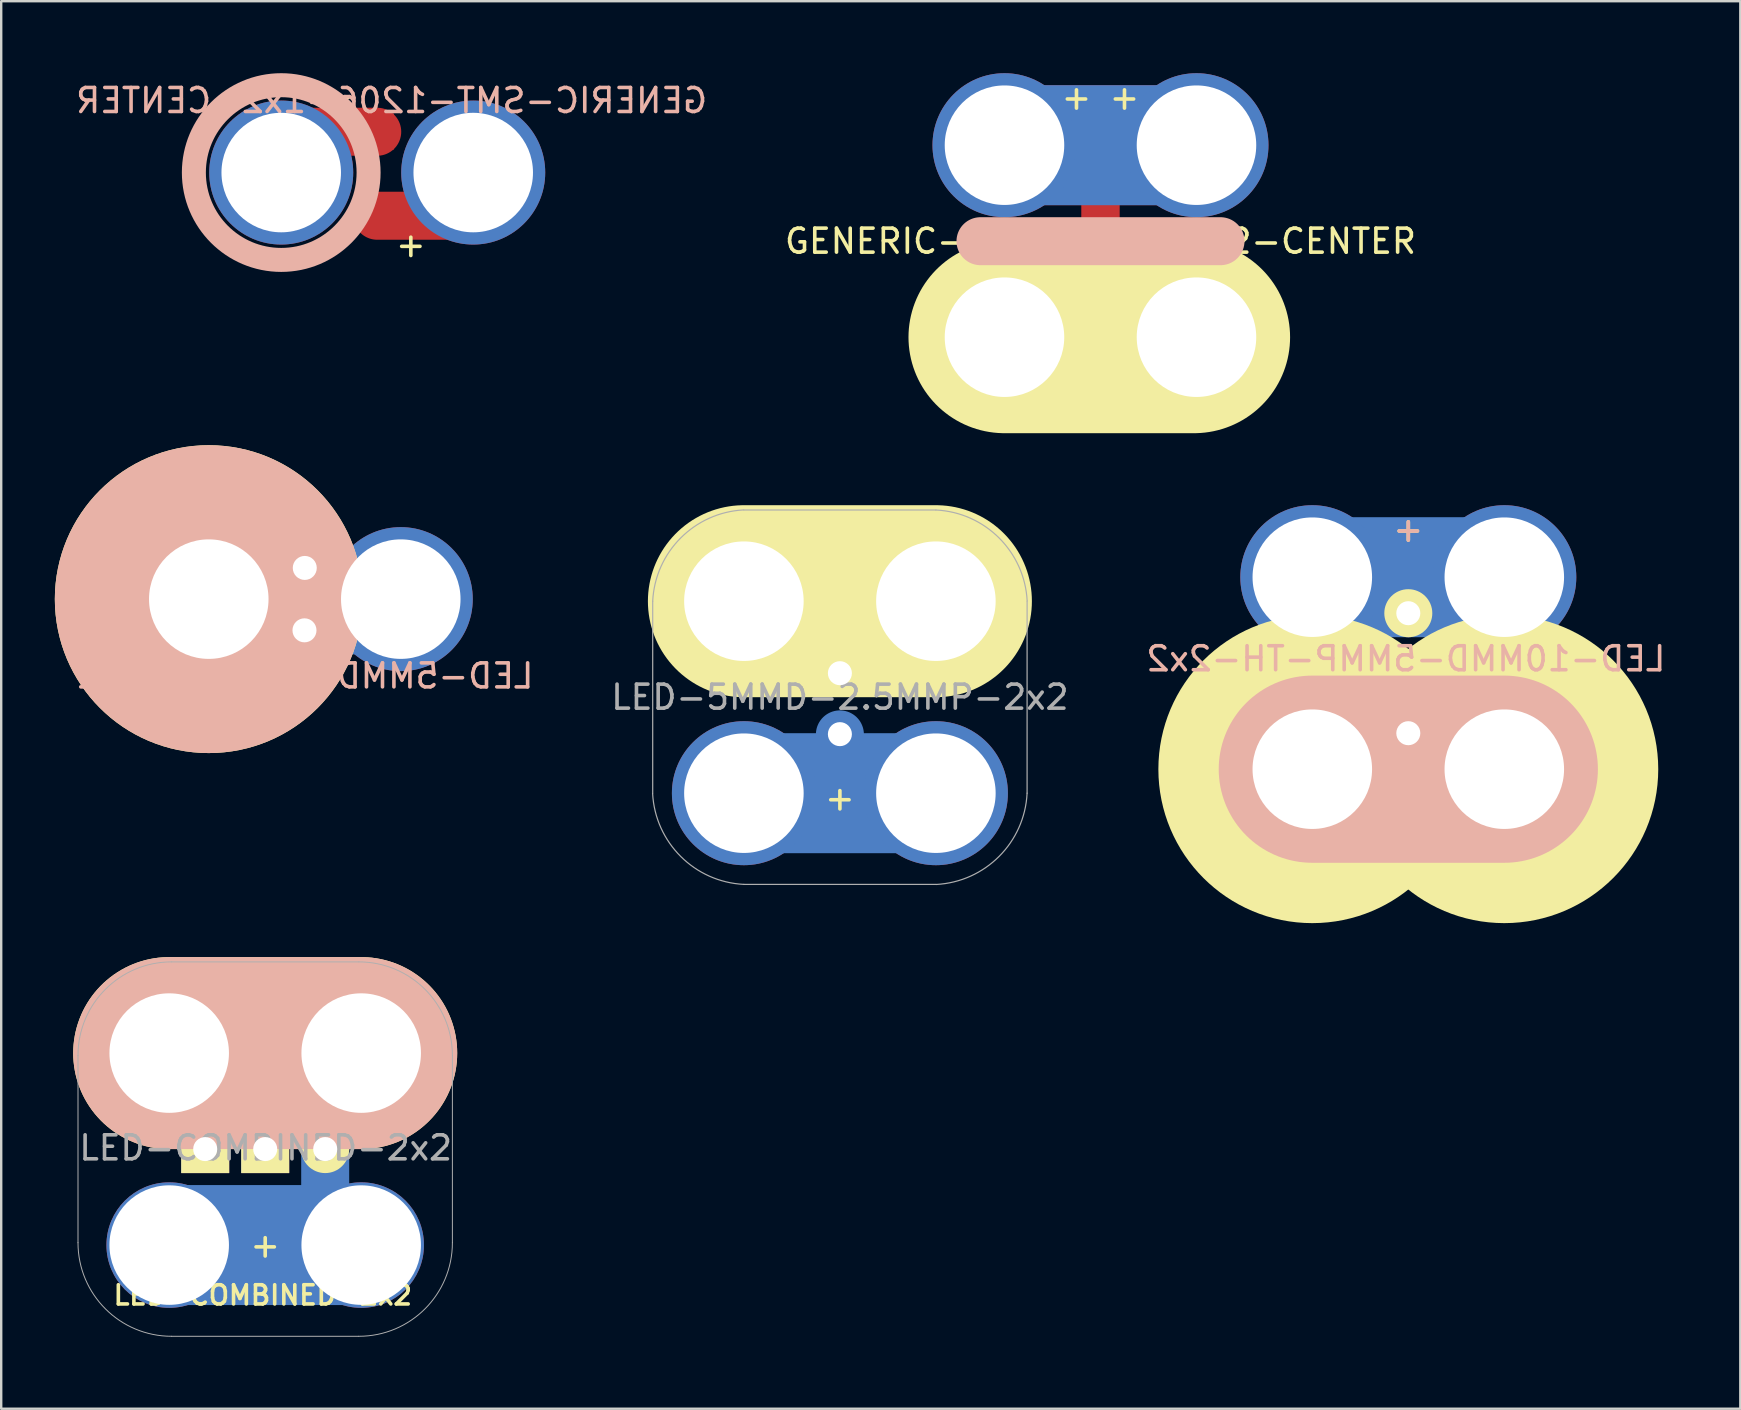
<source format=kicad_pcb>
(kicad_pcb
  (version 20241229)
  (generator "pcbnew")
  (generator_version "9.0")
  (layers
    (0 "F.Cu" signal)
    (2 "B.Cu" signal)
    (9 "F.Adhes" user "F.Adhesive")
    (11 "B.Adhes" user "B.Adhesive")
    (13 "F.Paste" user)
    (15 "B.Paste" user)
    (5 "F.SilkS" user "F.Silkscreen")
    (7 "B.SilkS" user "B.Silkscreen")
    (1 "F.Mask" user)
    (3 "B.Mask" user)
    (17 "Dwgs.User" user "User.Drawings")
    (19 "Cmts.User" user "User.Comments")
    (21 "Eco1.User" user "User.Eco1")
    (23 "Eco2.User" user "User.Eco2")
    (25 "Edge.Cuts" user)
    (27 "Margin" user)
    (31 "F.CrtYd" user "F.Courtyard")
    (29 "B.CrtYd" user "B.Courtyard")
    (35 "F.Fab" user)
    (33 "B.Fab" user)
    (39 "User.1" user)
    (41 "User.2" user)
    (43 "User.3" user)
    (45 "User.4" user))
  (footprint "LED-5MMD-2.5MMP-2x1"
    (layer "F.Cu")
    (at 9.649 21.914)
    (property "Reference" "LED-5MMD-2.5MMP-2x1" (at 0 3.2 0) (layer "B.SilkS") (effects (font (size 1 1) (thickness 0.15)) (justify mirror)))
    (attr through_hole)
    (fp_line (start -0.15 -1.3) (end -3.95 -1.3) (stroke (width 2) (type solid)) (layer "B.Cu"))
    (fp_line (start 3.9 1.3) (end 0.1 1.3) (stroke (width 2) (type solid)) (layer "B.Cu"))
    (fp_circle (center -4 0) (end -3 1) (stroke (width 5) (type solid)) (fill no) (layer "F.SilkS"))
    (fp_circle (center -4 0) (end -3 1) (stroke (width 5) (type solid)) (fill no) (layer "B.SilkS"))
    (fp_text user "+" (at 0 3.1 0) (layer "F.SilkS") (effects (font (size 1 1) (thickness 0.15))))
    (fp_text user "-" (at 0 -3 0) (layer "B.SilkS") (effects (font (size 1 1) (thickness 0.15)) (justify mirror)))
    (pad "+" thru_hole circle (at -0.012 1.3 270) (size 1.9 1.9) (drill 1.001) (layers "*.Cu" "*.Mask"))
    (pad "+" thru_hole circle (at 4 0) (size 6 6) (drill 4.98) (layers "*.Cu" "*.Mask"))
    (pad "-" thru_hole circle (at -4 0) (size 6 6) (drill 4.98) (layers "*.Cu" "*.Mask"))
    (pad "-" thru_hole rect (at 0 -1.3) (size 1.8 1.9) (drill 1) (layers "*.Cu" "*.Mask")))
  (footprint "GENERIC-SMT-1206-1x2-CENTER"
    (layer "F.Cu")
    (at 12.668 4.14)
    (property "Reference" "GENERIC-SMT-1206-1x2-CENTER" (at 0.6 -3 0) (layer "B.SilkS") (effects (font (size 1 1) (thickness 0.15)) (justify mirror)))
    (attr through_hole)
    (fp_line (start 0 -1.7) (end -4.2 -1.7) (stroke (width 2) (type solid)) (layer "F.Cu"))
    (fp_line (start 4.2 1.8) (end 0 1.8) (stroke (width 2) (type solid)) (layer "F.Cu"))
    (fp_circle (center -4 0) (end -3 3.5) (stroke (width 1) (type solid)) (fill no) (layer "B.SilkS"))
    (fp_text user "-" (at -1.6 -3.2 0) (layer "F.SilkS") (effects (font (size 1 1) (thickness 0.15))))
    (fp_text user "+" (at 1.4 3 0) (layer "F.SilkS") (effects (font (size 1 1) (thickness 0.15))))
    (fp_text user "" (at 0 0 90) (layer "B.SilkS") (effects (font (size 1 1) (thickness 0.15)) (justify mirror)))
    (pad "+" smd rect (at 0 1.71) (size 1.4 1.4) (layers "F.Cu" "F.Mask" "F.Paste"))
    (pad "+" thru_hole circle (at 4 0) (size 6 6) (drill 4.98) (layers "*.Cu" "*.Mask"))
    (pad "-" thru_hole circle (at -4 0) (size 6 6) (drill 4.98) (layers "*.Cu" "*.Mask"))
    (pad "-" smd rect (at 0 -1.71) (size 1.4 1.5) (layers "F.Cu" "F.Mask" "F.Paste")))
  (footprint "LED-5MMD-2.5MMP-2x2"
    (layer "F.Cu")
    (at 27.946 30)
    (property "Reference" "LED-5MMD-2.5MMP-2x2" (at 4 -4 0) (layer "F.Fab") (effects (font (size 1 1) (thickness 0.15))))
    (attr through_hole)
    (fp_line (start 4 -5.2) (end 4 -6.3) (stroke (width 2) (type solid)) (layer "B.Cu"))
    (fp_line (start 4 -1.35) (end 4 -2.45) (stroke (width 2) (type solid)) (layer "B.Cu"))
    (fp_line (start 8 -8) (end 0 -8) (stroke (width 5) (type solid)) (layer "B.Cu"))
    (fp_line (start 8 0) (end 0 0) (stroke (width 5) (type solid)) (layer "B.Cu"))
    (fp_line (start 8 -8) (end 0 -8) (stroke (width 5) (type solid)) (layer "B.Mask"))
    (fp_line (start 8 0) (end 0 0) (stroke (width 5) (type solid)) (layer "B.Mask"))
    (fp_line (start 0 -8) (end 8 -8) (stroke (width 8) (type solid)) (layer "F.SilkS"))
    (fp_line (start 2.5 -6.23) (end 5.5 -6.23) (stroke (width 0.15) (type solid)) (layer "F.SilkS"))
    (fp_line (start -3.8 -8) (end -3.8 0) (stroke (width 0.05) (type solid)) (layer "F.Fab"))
    (fp_line (start 0 -11.8) (end 8 -11.8) (stroke (width 0.05) (type solid)) (layer "F.Fab"))
    (fp_line (start 0 3.8) (end 8 3.8) (stroke (width 0.05) (type solid)) (layer "F.Fab"))
    (fp_line (start 11.8 -8) (end 11.8 0) (stroke (width 0.05) (type solid)) (layer "F.Fab"))
    (fp_arc (start -3.8 -8) (mid -2.636928 -10.631138) (end -0.009972 -11.803625) (stroke (width 0.05) (type solid)) (layer "F.Fab"))
    (fp_arc (start 0 3.8) (mid -2.631138 2.636928) (end -3.803625 0.009972) (stroke (width 0.05) (type solid)) (layer "F.Fab"))
    (fp_arc (start 8 -11.8) (mid 10.631138 -10.636928) (end 11.803625 -8.009972) (stroke (width 0.05) (type solid)) (layer "F.Fab"))
    (fp_arc (start 11.8 0) (mid 10.636928 2.631138) (end 8.009972 3.803625) (stroke (width 0.05) (type solid)) (layer "F.Fab"))
    (fp_text user "+" (at 4 0.2 0) (layer "F.SilkS") (effects (font (size 1 1) (thickness 0.15))))
    (pad "+" thru_hole circle (at 0 0) (size 6 6) (drill 4.98) (layers "*.Cu" "*.Mask"))
    (pad "+" thru_hole circle (at 4 -2.46 270) (size 1.9 1.9) (drill 1.001) (layers "*.Cu" "*.Mask"))
    (pad "+" thru_hole circle (at 8 0) (size 6 6) (drill 4.98) (layers "*.Cu" "*.Mask"))
    (pad "-" thru_hole circle (at 0 -8) (size 6 6) (drill 4.98) (layers "*.Cu" "*.Mask"))
    (pad "-" thru_hole rect (at 4 -5) (size 2 1.9) (drill 1.001) (layers "*.Cu" "*.Mask"))
    (pad "-" thru_hole circle (at 8 -8) (size 6 6) (drill 4.98) (layers "*.Cu" "*.Mask")))
  (footprint "GENERIC-SMT-1206-2x2-CENTER"
    (layer "F.Cu")
    (at 42.804 7)
    (property "Reference" "GENERIC-SMT-1206-2x2-CENTER" (at 0 0 0) (layer "F.SilkS") (effects (font (size 1 1) (thickness 0.15))))
    (attr through_hole)
    (fp_line (start -4 -4) (end 4 -4) (stroke (width 5) (type solid)) (layer "F.Cu"))
    (fp_line (start -4 4) (end 4 4) (stroke (width 5) (type solid)) (layer "F.Cu"))
    (fp_line (start -4 -4) (end 4 -4) (stroke (width 5) (type solid)) (layer "B.Cu"))
    (fp_line (start -4 4) (end 4 4) (stroke (width 5) (type solid)) (layer "B.Cu"))
    (fp_line (start -4 -4) (end 4 -4) (stroke (width 5) (type solid)) (layer "B.Mask"))
    (fp_line (start -4 4) (end 4 4) (stroke (width 5) (type solid)) (layer "B.Mask"))
    (fp_line (start -4 4) (end 3.9 4) (stroke (width 8) (type solid)) (layer "F.SilkS"))
    (fp_line (start -5 0) (end 5 0) (stroke (width 2) (type solid)) (layer "B.SilkS"))
    (fp_text user "+" (at -1 -6 0) (layer "F.SilkS") (effects (font (size 1 1) (thickness 0.15))))
    (fp_text user "+" (at 1 -6 0) (layer "F.SilkS") (effects (font (size 1 1) (thickness 0.15))))
    (pad "1" thru_hole circle (at -4 -4) (size 6 6) (drill 4.98) (layers "*.Cu" "*.Mask"))
    (pad "1" smd rect (at 0 -1.71) (size 1.6 1.5) (layers "F.Cu" "F.Mask" "F.Paste"))
    (pad "1" thru_hole circle (at 4 -4) (size 6 6) (drill 4.98) (layers "*.Cu" "*.Mask"))
    (pad "2" thru_hole circle (at -4 4) (size 6 6) (drill 4.98) (layers "*.Cu" "*.Mask"))
    (pad "2" smd rect (at 0 1.71) (size 1.6 1.5) (layers "F.Cu" "F.Mask" "F.Paste"))
    (pad "2" thru_hole circle (at 4 4) (size 6 6) (drill 4.98) (layers "*.Cu" "*.Mask")))
  (footprint "LED-10MMD-5MMP-TH-2x2"
    (layer "F.Cu")
    (at 55.63 25)
    (property "Reference" "LED-10MMD-5MMP-TH-2x2" (at -0.1 -0.6 0) (layer "B.SilkS") (effects (font (size 1 1) (thickness 0.15)) (justify mirror)))
    (attr through_hole)
    (fp_line (start 4 -4) (end -4 -4) (stroke (width 5) (type solid)) (layer "B.Cu"))
    (fp_line (start 4 4) (end -4 4) (stroke (width 5) (type solid)) (layer "B.Cu"))
    (fp_line (start 4 -4) (end -4 -4) (stroke (width 5) (type solid)) (layer "B.Mask"))
    (fp_line (start 4 4) (end -4 4) (stroke (width 5) (type solid)) (layer "B.Mask"))
    (fp_circle (center -4 4) (end -3 5) (stroke (width 5) (type solid)) (fill no) (layer "F.SilkS"))
    (fp_circle (center 4 4) (end 5 5) (stroke (width 5) (type solid)) (fill no) (layer "F.SilkS"))
    (fp_line (start -4 4) (end 4 4) (stroke (width 7.8) (type solid)) (layer "B.SilkS"))
    (fp_text user "+" (at 0 -6 0) (layer "F.SilkS") (effects (font (size 1 1) (thickness 0.15))))
    (fp_text user "-" (at 0 7 0) (layer "F.SilkS") (effects (font (size 1 1) (thickness 0.15))))
    (fp_text user "+" (at 0 -6 0) (layer "B.SilkS") (effects (font (size 1 1) (thickness 0.15)) (justify mirror)))
    (pad "+" thru_hole circle (at -4 -4) (size 6 6) (drill 4.98) (layers "*.Cu" "*.Mask"))
    (pad "+" thru_hole circle (at 0 -2.5) (size 2 2) (drill 1.001) (layers "*.Cu" "*.Mask" "F.SilkS"))
    (pad "+" thru_hole circle (at 4 -4) (size 6 6) (drill 4.98) (layers "*.Cu" "*.Mask"))
    (pad "-" thru_hole circle (at -4 4) (size 6 6) (drill 4.98) (layers "*.Cu" "*.Mask"))
    (pad "-" thru_hole circle (at 0 2.5 270) (size 1.9 1.9) (drill 1.001) (layers "*.Cu" "*.Mask" "F.SilkS"))
    (pad "-" thru_hole circle (at 4 4) (size 6 6) (drill 4.98) (layers "*.Cu" "*.Mask")))
  (footprint "LED-COMBINED-2x2"
    (layer "F.Cu")
    (at 4 48.829)
    (property "Reference" "LED-COMBINED-2x2" (at 3.9 2.09 0) (layer "F.SilkS") (effects (font (size 0.8 0.8) (thickness 0.15))))
    (attr through_hole)
    (fp_line (start 0 -8) (end 8 -8) (stroke (width 5) (type solid)) (layer "B.Cu"))
    (fp_line (start 0 0) (end 8 0) (stroke (width 5) (type solid)) (layer "B.Cu"))
    (fp_line (start 1.5 -4.2) (end 1.5 -6.8) (stroke (width 2) (type solid)) (layer "B.Cu"))
    (fp_line (start 4 -4.1) (end 4 -6.7) (stroke (width 2) (type solid)) (layer "B.Cu"))
    (fp_line (start 6.5 -1.4) (end 6.5 -4) (stroke (width 2) (type solid)) (layer "B.Cu"))
    (fp_line (start 0 -8) (end 8 -8) (stroke (width 5) (type solid)) (layer "B.Mask"))
    (fp_line (start 0 0) (end 8 0) (stroke (width 5) (type solid)) (layer "B.Mask"))
    (fp_line (start 8 -8) (end 0 -8) (stroke (width 8) (type solid)) (layer "F.SilkS"))
    (fp_line (start 8 -8) (end 0 -8) (stroke (width 8) (type solid)) (layer "B.SilkS"))
    (fp_line (start -3.8 -0.1) (end -3.8 -7.9) (stroke (width 0.041) (type solid)) (layer "F.Fab"))
    (fp_line (start 7.9 -11.8) (end 0.1 -11.8) (stroke (width 0.041) (type solid)) (layer "F.Fab"))
    (fp_line (start 7.9 3.8) (end 0.1 3.8) (stroke (width 0.041) (type solid)) (layer "F.Fab"))
    (fp_line (start 11.8 -0.1) (end 11.8 -7.9) (stroke (width 0.041) (type solid)) (layer "F.Fab"))
    (fp_arc (start -3.8 -7.9) (mid -2.657716 -10.657716) (end 0.1 -11.8) (stroke (width 0.04064) (type solid)) (layer "F.Fab"))
    (fp_arc (start 0.1 3.8) (mid -2.657716 2.657716) (end -3.8 -0.1) (stroke (width 0.04064) (type solid)) (layer "F.Fab"))
    (fp_arc (start 7.9 -11.8) (mid 10.657716 -10.657716) (end 11.8 -7.9) (stroke (width 0.04064) (type solid)) (layer "F.Fab"))
    (fp_arc (start 11.8 -0.1) (mid 10.657716 2.657716) (end 7.9 3.8) (stroke (width 0.04064) (type solid)) (layer "F.Fab"))
    (fp_text user "+" (at 4 0 0) (layer "F.SilkS") (effects (font (size 1 1) (thickness 0.15))))
    (fp_text user "-" (at 4 -8 0) (layer "F.SilkS") (effects (font (size 1 1) (thickness 0.15))))
    (fp_text user "${REFERENCE}" (at 4.02 -4.05 0) (layer "F.Fab") (effects (font (size 1 1) (thickness 0.15))))
    (pad "+" thru_hole circle (at 0 0) (size 5.23 5.23) (drill 4.98) (layers "*.Cu" "*.Mask"))
    (pad "+" thru_hole circle (at 6.5 -4) (size 2 2) (drill 1.001) (layers "*.Cu" "*.Mask" "F.SilkS"))
    (pad "+" thru_hole circle (at 8 0) (size 5.23 5.23) (drill 4.98) (layers "*.Cu" "*.Mask"))
    (pad "-" thru_hole circle (at 0 -8) (size 5.23 5.23) (drill 4.98) (layers "*.Cu" "*.Mask"))
    (pad "-" thru_hole rect (at 1.5 -4) (size 2 2) (drill 1.001) (layers "*.Cu" "*.Mask" "F.SilkS"))
    (pad "-" thru_hole rect (at 4 -4) (size 2 2) (drill 1.001) (layers "*.Cu" "*.Mask" "F.SilkS"))
    (pad "-" thru_hole circle (at 8 -8) (size 5.23 5.23) (drill 4.98) (layers "*.Cu" "*.Mask")))
  (gr_rect
    (start -3 -3)
    (end 69.464 55.649)
    (stroke (width 0.1) (type default))
    (fill no)
    (layer "Edge.Cuts")))
</source>
